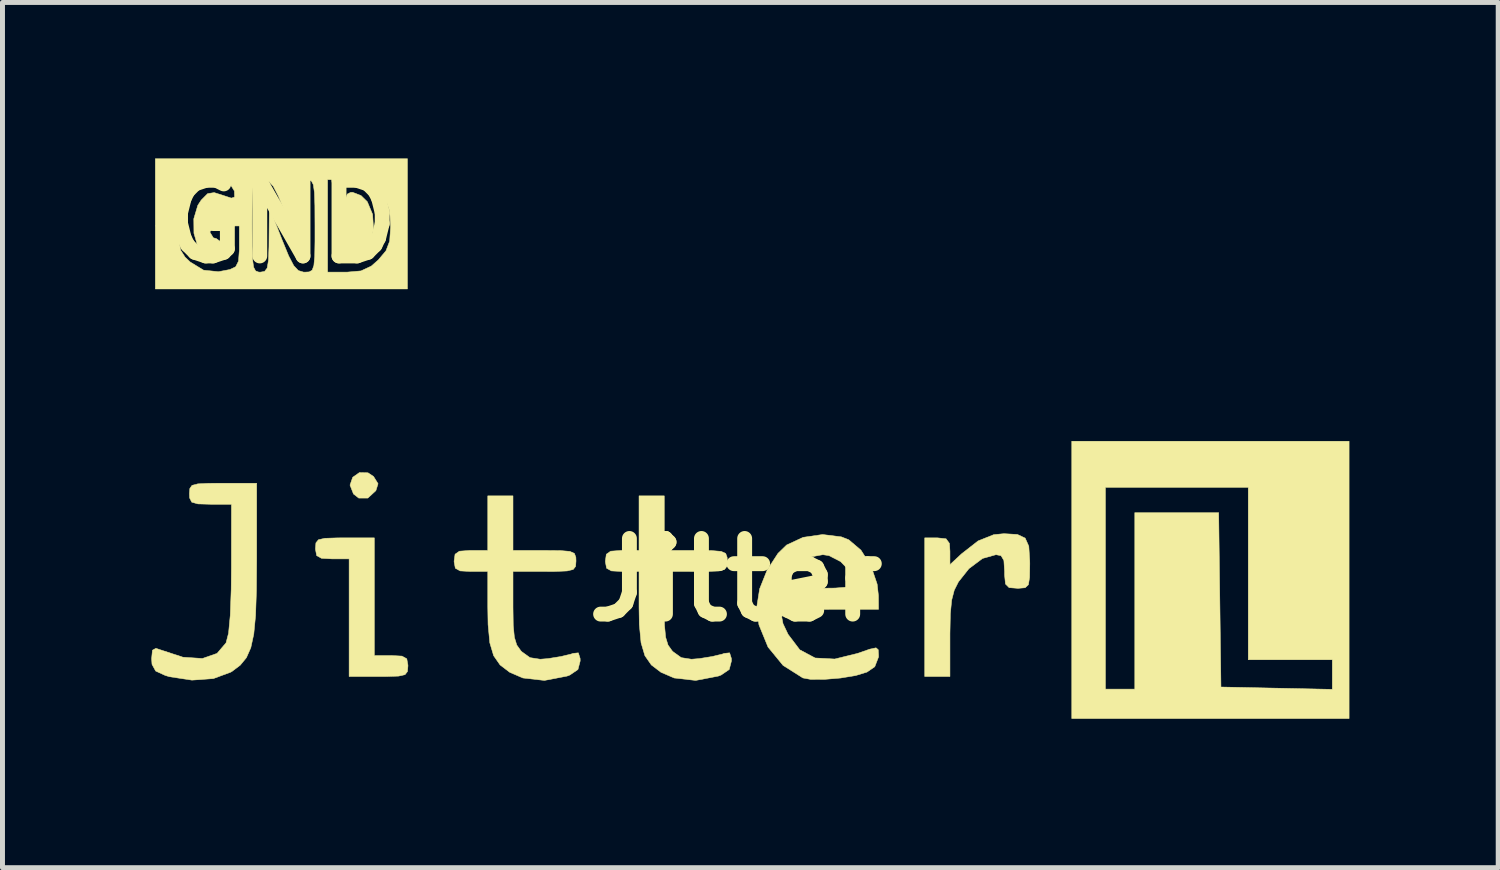
<source format=kicad_pcb>
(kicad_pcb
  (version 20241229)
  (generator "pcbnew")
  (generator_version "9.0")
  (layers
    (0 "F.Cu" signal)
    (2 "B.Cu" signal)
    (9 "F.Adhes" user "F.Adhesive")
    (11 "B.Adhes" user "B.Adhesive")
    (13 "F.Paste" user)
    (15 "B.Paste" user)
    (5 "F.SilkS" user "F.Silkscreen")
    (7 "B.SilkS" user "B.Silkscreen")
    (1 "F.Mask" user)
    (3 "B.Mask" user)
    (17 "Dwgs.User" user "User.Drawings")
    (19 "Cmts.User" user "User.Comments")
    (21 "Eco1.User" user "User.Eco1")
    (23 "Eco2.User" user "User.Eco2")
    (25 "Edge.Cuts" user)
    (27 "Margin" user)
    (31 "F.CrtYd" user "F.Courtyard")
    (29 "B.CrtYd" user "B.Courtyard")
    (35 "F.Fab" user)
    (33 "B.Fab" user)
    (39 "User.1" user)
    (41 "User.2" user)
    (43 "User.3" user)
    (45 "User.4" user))
  (footprint "GND"
    (layer "F.Cu")
    (at 2.62 1.418)
    (property "Reference" "GND" (at 0 0 0) (layer "F.SilkS") (effects (font (size 1.524 1.524) (thickness 0.3))))
    (attr through_hole)
    (fp_poly (pts (xy 1.604 -0.528) (xy 1.731 -0.404) (xy 1.838 -0.149) (xy 1.857 0.141) (xy 1.799 0.419) (xy 1.675 0.639) (xy 1.497 0.755) (xy 1.435 0.762) (xy 1.352 0.747) (xy 1.303 0.678) (xy 1.279 0.522) (xy 1.271 0.245) (xy 1.27 0.085) (xy 1.274 -0.253) (xy 1.29 -0.456) (xy 1.328 -0.557) (xy 1.395 -0.591) (xy 1.435 -0.593) (xy 1.604 -0.528)) (stroke (width 0.01) (type solid)) (fill yes) (layer "F.SilkS"))
    (fp_poly (pts (xy 2.54 1.355) (xy -2.54 1.355) (xy -2.54 0.085) (xy -2.074 0.085) (xy -2.066 0.386) (xy -2.028 0.576) (xy -1.941 0.713) (xy -1.837 0.812) (xy -1.568 0.976) (xy -1.268 1.007) (xy -1.037 0.963) (xy -0.921 0.908) (xy -0.864 0.794) (xy -0.847 0.571) (xy -0.847 0.498) (xy -0.847 0.085) (xy -0.593 0.085) (xy -0.591 0.492) (xy -0.581 0.76) (xy -0.559 0.917) (xy -0.519 0.992) (xy -0.455 1.015) (xy -0.423 1.016) (xy -0.338 1.001) (xy -0.286 0.933) (xy -0.26 0.778) (xy -0.25 0.502) (xy -0.249 0.36) (xy -0.243 -0.296) (xy 0.012 0.36) (xy 0.146 0.687) (xy 0.249 0.885) (xy 0.342 0.984) (xy 0.446 1.015) (xy 0.473 1.016) (xy 0.562 1.011) (xy 0.621 0.976) (xy 0.655 0.881) (xy 0.672 0.697) (xy 0.677 0.395) (xy 0.677 0.085) (xy 0.675 -0.323) (xy 0.666 -0.59) (xy 0.644 -0.747) (xy 0.604 -0.822) (xy 0.54 -0.846) (xy 0.508 -0.847) (xy 0.931 -0.847) (xy 0.931 1.016) (xy 1.319 1.016) (xy 1.604 0.991) (xy 1.812 0.894) (xy 1.954 0.769) (xy 2.108 0.585) (xy 2.182 0.391) (xy 2.201 0.112) (xy 2.201 0.085) (xy 2.185 -0.204) (xy 2.117 -0.402) (xy 1.969 -0.584) (xy 1.954 -0.599) (xy 1.749 -0.765) (xy 1.525 -0.836) (xy 1.319 -0.847) (xy 0.931 -0.847) (xy 0.508 -0.847) (xy 0.422 -0.832) (xy 0.371 -0.764) (xy 0.345 -0.609) (xy 0.335 -0.332) (xy 0.333 -0.191) (xy 0.328 0.466) (xy 0.072 -0.191) (xy -0.062 -0.518) (xy -0.164 -0.716) (xy -0.257 -0.815) (xy -0.361 -0.846) (xy -0.388 -0.847) (xy -0.477 -0.841) (xy -0.536 -0.806) (xy -0.57 -0.712) (xy -0.587 -0.528) (xy -0.592 -0.226) (xy -0.593 0.085) (xy -0.847 0.085) (xy -1.143 0.085) (xy -1.362 0.112) (xy -1.439 0.2) (xy -1.439 0.212) (xy -1.372 0.324) (xy -1.312 0.339) (xy -1.21 0.412) (xy -1.185 0.55) (xy -1.226 0.717) (xy -1.35 0.762) (xy -1.544 0.688) (xy -1.685 0.496) (xy -1.762 0.232) (xy -1.765 -0.059) (xy -1.684 -0.33) (xy -1.616 -0.435) (xy -1.486 -0.566) (xy -1.354 -0.587) (xy -1.188 -0.535) (xy -1.009 -0.476) (xy -0.943 -0.498) (xy -0.947 -0.617) (xy -0.947 -0.619) (xy -1.041 -0.771) (xy -1.235 -0.84) (xy -1.482 -0.822) (xy -1.734 -0.718) (xy -1.832 -0.647) (xy -1.968 -0.511) (xy -2.041 -0.367) (xy -2.07 -0.155) (xy -2.074 0.085) (xy -2.54 0.085) (xy -2.54 -1.27) (xy 2.54 -1.27) (xy 2.54 1.355)) (stroke (width 0.01) (type solid)) (fill yes) (layer "F.SilkS")))
  (footprint "Jitter"
    (layer "F.Cu")
    (at 11.774 8.635)
    (property "Reference" "Jitter" (at 0 0 0) (layer "F.SilkS") (effects (font (size 1.524 1.524) (thickness 0.3))))
    (attr exclude_from_pos_files exclude_from_bom)
    (fp_poly (pts (xy -7.409 -2.158) (xy -7.297 -2.084) (xy -7.206 -1.938) (xy -7.25 -1.798) (xy -7.413 -1.648) (xy -7.594 -1.648) (xy -7.701 -1.731) (xy -7.771 -1.91) (xy -7.717 -2.067) (xy -7.582 -2.162) (xy -7.409 -2.158)) (stroke (width 0.01) (type solid)) (fill yes) (layer "F.SilkS"))
    (fp_poly (pts (xy 12.361 2.794) (xy 6.773 2.794) (xy 6.773 -1.863) (xy 7.451 -1.863) (xy 7.451 2.201) (xy 8.043 2.201) (xy 8.043 -1.355) (xy 9.733 -1.355) (xy 9.756 0.402) (xy 9.779 2.159) (xy 12.023 2.206) (xy 12.023 1.609) (xy 10.329 1.609) (xy 10.329 -1.863) (xy 7.451 -1.863) (xy 6.773 -1.863) (xy 6.773 -2.794) (xy 12.361 -2.794) (xy 12.361 2.794)) (stroke (width 0.01) (type solid)) (fill yes) (layer "F.SilkS"))
    (fp_poly (pts (xy -7.281 1.524) (xy -6.943 1.524) (xy -6.724 1.536) (xy -6.627 1.59) (xy -6.604 1.717) (xy -6.604 1.736) (xy -6.613 1.846) (xy -6.663 1.91) (xy -6.793 1.939) (xy -7.039 1.947) (xy -7.197 1.947) (xy -7.789 1.947) (xy -7.789 -0.423) (xy -8.128 -0.423) (xy -8.346 -0.435) (xy -8.443 -0.489) (xy -8.467 -0.617) (xy -8.467 -0.635) (xy -8.458 -0.746) (xy -8.407 -0.809) (xy -8.278 -0.838) (xy -8.032 -0.846) (xy -7.874 -0.847) (xy -7.281 -0.847) (xy -7.281 1.524)) (stroke (width 0.01) (type solid)) (fill yes) (layer "F.SilkS"))
    (fp_poly (pts (xy 5.678 -0.915) (xy 5.834 -0.842) (xy 5.907 -0.678) (xy 5.926 -0.386) (xy 5.927 -0.33) (xy 5.923 -0.052) (xy 5.899 0.097) (xy 5.834 0.158) (xy 5.707 0.169) (xy 5.673 0.169) (xy 5.51 0.156) (xy 5.437 0.083) (xy 5.419 -0.097) (xy 5.419 -0.169) (xy 5.405 -0.391) (xy 5.348 -0.488) (xy 5.246 -0.508) (xy 4.975 -0.432) (xy 4.701 -0.227) (xy 4.489 0.04) (xy 4.405 0.207) (xy 4.353 0.407) (xy 4.326 0.683) (xy 4.318 1.08) (xy 4.318 1.132) (xy 4.318 1.947) (xy 3.81 1.947) (xy 3.81 -0.847) (xy 4.064 -0.847) (xy 4.24 -0.828) (xy 4.308 -0.735) (xy 4.318 -0.577) (xy 4.318 -0.307) (xy 4.551 -0.524) (xy 4.885 -0.785) (xy 5.2 -0.911) (xy 5.406 -0.931) (xy 5.678 -0.915)) (stroke (width 0.01) (type solid)) (fill yes) (layer "F.SilkS"))
    (fp_poly (pts (xy -9.652 -0.421) (xy -9.657 0.221) (xy -9.674 0.717) (xy -9.71 1.091) (xy -9.77 1.367) (xy -9.859 1.568) (xy -9.983 1.719) (xy -10.147 1.843) (xy -10.176 1.86) (xy -10.525 1.989) (xy -10.956 2.02) (xy -11.409 1.951) (xy -11.493 1.926) (xy -11.687 1.837) (xy -11.761 1.702) (xy -11.769 1.587) (xy -11.752 1.417) (xy -11.682 1.379) (xy -11.62 1.4) (xy -11.138 1.558) (xy -10.745 1.584) (xy -10.45 1.481) (xy -10.269 1.269) (xy -10.218 1.072) (xy -10.184 0.713) (xy -10.165 0.189) (xy -10.161 -0.233) (xy -10.16 -1.524) (xy -10.583 -1.524) (xy -10.835 -1.531) (xy -10.96 -1.566) (xy -11.003 -1.651) (xy -11.007 -1.736) (xy -10.999 -1.841) (xy -10.955 -1.904) (xy -10.838 -1.935) (xy -10.615 -1.946) (xy -10.329 -1.947) (xy -9.652 -1.947) (xy -9.652 -0.421)) (stroke (width 0.01) (type solid)) (fill yes) (layer "F.SilkS"))
    (fp_poly (pts (xy -4.487 -0.593) (xy -3.852 -0.593) (xy -3.529 -0.59) (xy -3.34 -0.574) (xy -3.249 -0.533) (xy -3.22 -0.455) (xy -3.217 -0.381) (xy -3.225 -0.273) (xy -3.273 -0.21) (xy -3.396 -0.18) (xy -3.629 -0.17) (xy -3.852 -0.169) (xy -4.487 -0.169) (xy -4.487 0.55) (xy -4.482 0.917) (xy -4.459 1.156) (xy -4.411 1.313) (xy -4.329 1.428) (xy -4.308 1.449) (xy -4.144 1.567) (xy -3.939 1.599) (xy -3.779 1.586) (xy -3.519 1.544) (xy -3.313 1.494) (xy -3.281 1.482) (xy -3.17 1.47) (xy -3.134 1.584) (xy -3.133 1.634) (xy -3.178 1.806) (xy -3.341 1.917) (xy -3.399 1.939) (xy -3.853 2.026) (xy -4.287 1.977) (xy -4.553 1.862) (xy -4.747 1.714) (xy -4.877 1.527) (xy -4.954 1.268) (xy -4.989 0.9) (xy -4.995 0.545) (xy -4.995 -0.169) (xy -5.334 -0.169) (xy -5.552 -0.181) (xy -5.649 -0.235) (xy -5.673 -0.363) (xy -5.673 -0.381) (xy -5.654 -0.517) (xy -5.567 -0.578) (xy -5.363 -0.593) (xy -5.334 -0.593) (xy -4.995 -0.593) (xy -4.995 -1.693) (xy -4.487 -1.693) (xy -4.487 -0.593)) (stroke (width 0.01) (type solid)) (fill yes) (layer "F.SilkS"))
    (fp_poly (pts (xy -1.439 -0.593) (xy -0.804 -0.593) (xy -0.481 -0.59) (xy -0.292 -0.574) (xy -0.201 -0.533) (xy -0.172 -0.455) (xy -0.169 -0.381) (xy -0.177 -0.273) (xy -0.225 -0.21) (xy -0.348 -0.18) (xy -0.581 -0.17) (xy -0.804 -0.169) (xy -1.439 -0.169) (xy -1.439 0.55) (xy -1.434 0.917) (xy -1.411 1.156) (xy -1.363 1.313) (xy -1.281 1.428) (xy -1.26 1.449) (xy -1.096 1.567) (xy -0.891 1.599) (xy -0.731 1.586) (xy -0.471 1.544) (xy -0.265 1.494) (xy -0.233 1.482) (xy -0.122 1.47) (xy -0.086 1.584) (xy -0.085 1.634) (xy -0.13 1.806) (xy -0.293 1.917) (xy -0.351 1.939) (xy -0.805 2.026) (xy -1.239 1.977) (xy -1.505 1.862) (xy -1.699 1.714) (xy -1.829 1.527) (xy -1.906 1.268) (xy -1.941 0.9) (xy -1.947 0.545) (xy -1.947 -0.169) (xy -2.286 -0.169) (xy -2.504 -0.181) (xy -2.601 -0.235) (xy -2.625 -0.363) (xy -2.625 -0.381) (xy -2.606 -0.517) (xy -2.519 -0.578) (xy -2.315 -0.593) (xy -2.286 -0.593) (xy -1.947 -0.593) (xy -1.947 -1.693) (xy -1.439 -1.693) (xy -1.439 -0.593)) (stroke (width 0.01) (type solid)) (fill yes) (layer "F.SilkS"))
    (fp_poly (pts (xy 2.13 -0.867) (xy 2.279 -0.808) (xy 2.524 -0.6) (xy 2.726 -0.283) (xy 2.851 0.085) (xy 2.877 0.318) (xy 2.879 0.593) (xy 1.905 0.593) (xy 1.457 0.596) (xy 1.159 0.615) (xy 0.989 0.66) (xy 0.928 0.745) (xy 0.954 0.882) (xy 1.049 1.082) (xy 1.058 1.1) (xy 1.292 1.409) (xy 1.602 1.574) (xy 1.995 1.595) (xy 2.455 1.482) (xy 2.702 1.396) (xy 2.828 1.369) (xy 2.873 1.407) (xy 2.879 1.518) (xy 2.879 1.553) (xy 2.803 1.75) (xy 2.646 1.858) (xy 2.42 1.927) (xy 2.112 1.978) (xy 1.786 2.005) (xy 1.507 2.004) (xy 1.355 1.976) (xy 0.955 1.723) (xy 0.652 1.353) (xy 0.469 0.905) (xy 0.425 0.547) (xy 0.483 0.182) (xy 0.488 0.169) (xy 0.927 0.169) (xy 1.649 0.169) (xy 2.003 0.165) (xy 2.22 0.148) (xy 2.332 0.112) (xy 2.369 0.05) (xy 2.371 0.027) (xy 2.297 -0.18) (xy 2.115 -0.369) (xy 1.881 -0.489) (xy 1.758 -0.508) (xy 1.412 -0.445) (xy 1.16 -0.244) (xy 1.057 -0.082) (xy 0.927 0.169) (xy 0.488 0.169) (xy 0.636 -0.201) (xy 0.853 -0.534) (xy 1.027 -0.703) (xy 1.359 -0.857) (xy 1.752 -0.914) (xy 2.13 -0.867)) (stroke (width 0.01) (type solid)) (fill yes) (layer "F.SilkS")))
  (gr_rect
    (start -3 -3)
    (end 27.14 14.434)
    (stroke (width 0.1) (type default))
    (fill no)
    (layer "Edge.Cuts")))
</source>
